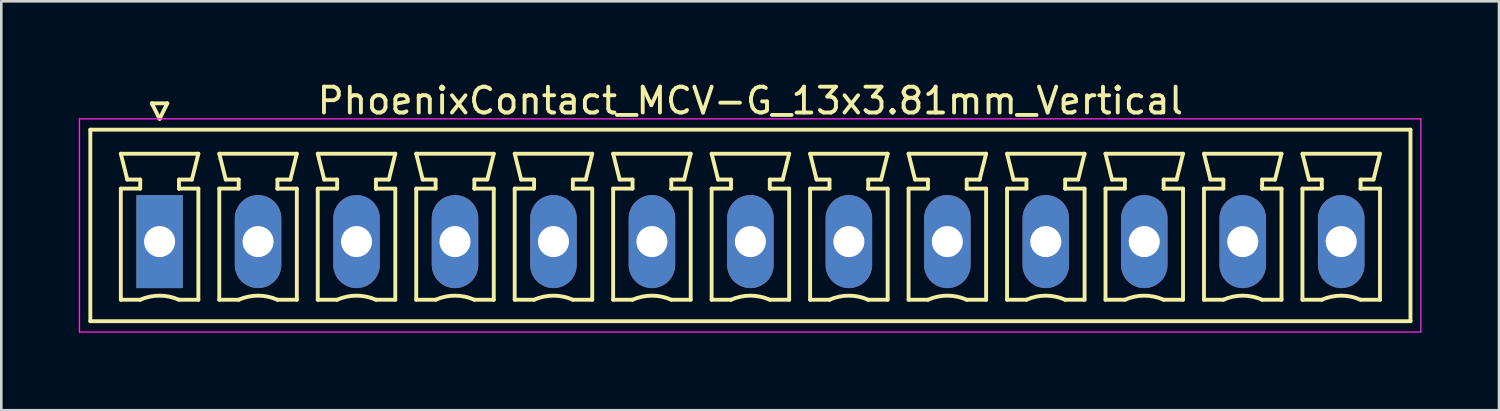
<source format=kicad_pcb>
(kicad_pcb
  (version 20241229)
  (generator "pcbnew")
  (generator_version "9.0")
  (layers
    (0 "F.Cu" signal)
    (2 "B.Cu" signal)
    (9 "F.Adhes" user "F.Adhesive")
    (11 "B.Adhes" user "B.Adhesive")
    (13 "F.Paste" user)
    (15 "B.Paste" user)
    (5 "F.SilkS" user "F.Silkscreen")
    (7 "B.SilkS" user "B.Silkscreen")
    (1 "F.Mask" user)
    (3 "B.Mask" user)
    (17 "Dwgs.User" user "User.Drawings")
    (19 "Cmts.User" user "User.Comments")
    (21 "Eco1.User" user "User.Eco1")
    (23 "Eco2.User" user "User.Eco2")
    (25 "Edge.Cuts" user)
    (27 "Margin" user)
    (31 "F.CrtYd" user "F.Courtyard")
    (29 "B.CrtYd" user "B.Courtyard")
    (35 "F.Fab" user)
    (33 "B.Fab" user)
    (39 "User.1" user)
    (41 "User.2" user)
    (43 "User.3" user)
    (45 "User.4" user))
  (footprint "PhoenixContact_MCV-G_13x3.81mm_Vertical"
    (layer "F.Cu")
    (at 3.125 6.298)
    (property "Reference" "PhoenixContact_MCV-G_13x3.81mm_Vertical" (at 22.86 -5.45 0) (layer "F.SilkS") (effects (font (size 1 1) (thickness 0.15))))
    (attr through_hole)
    (fp_line (start -2.68 -4.33) (end -2.68 3.08) (stroke (width 0.15) (type solid)) (layer "F.SilkS"))
    (fp_line (start -2.68 3.08) (end 48.4 3.08) (stroke (width 0.15) (type solid)) (layer "F.SilkS"))
    (fp_line (start -1.5 -3.4) (end 1.5 -3.4) (stroke (width 0.15) (type solid)) (layer "F.SilkS"))
    (fp_line (start -1.5 -2.05) (end -0.75 -2.05) (stroke (width 0.15) (type solid)) (layer "F.SilkS"))
    (fp_line (start -1.5 2.25) (end -1.5 -2.05) (stroke (width 0.15) (type solid)) (layer "F.SilkS"))
    (fp_line (start -1.25 -2.4) (end -1.5 -3.4) (stroke (width 0.15) (type solid)) (layer "F.SilkS"))
    (fp_line (start -0.75 -2.4) (end -1.25 -2.4) (stroke (width 0.15) (type solid)) (layer "F.SilkS"))
    (fp_line (start -0.75 -2.05) (end -0.75 -2.4) (stroke (width 0.15) (type solid)) (layer "F.SilkS"))
    (fp_line (start -0.75 2.25) (end -1.5 2.25) (stroke (width 0.15) (type solid)) (layer "F.SilkS"))
    (fp_line (start -0.3 -5.35) (end 0 -4.75) (stroke (width 0.15) (type solid)) (layer "F.SilkS"))
    (fp_line (start 0 -4.75) (end 0.3 -5.35) (stroke (width 0.15) (type solid)) (layer "F.SilkS"))
    (fp_line (start 0.3 -5.35) (end -0.3 -5.35) (stroke (width 0.15) (type solid)) (layer "F.SilkS"))
    (fp_line (start 0.75 -2.4) (end 0.75 -2.05) (stroke (width 0.15) (type solid)) (layer "F.SilkS"))
    (fp_line (start 0.75 -2.05) (end 0.75 -2.05) (stroke (width 0.15) (type solid)) (layer "F.SilkS"))
    (fp_line (start 0.75 -2.05) (end 1.5 -2.05) (stroke (width 0.15) (type solid)) (layer "F.SilkS"))
    (fp_line (start 1.25 -2.4) (end 0.75 -2.4) (stroke (width 0.15) (type solid)) (layer "F.SilkS"))
    (fp_line (start 1.5 -3.4) (end 1.25 -2.4) (stroke (width 0.15) (type solid)) (layer "F.SilkS"))
    (fp_line (start 1.5 -2.05) (end 1.5 2.25) (stroke (width 0.15) (type solid)) (layer "F.SilkS"))
    (fp_line (start 1.5 2.25) (end 0.75 2.25) (stroke (width 0.15) (type solid)) (layer "F.SilkS"))
    (fp_line (start 2.31 -3.4) (end 5.31 -3.4) (stroke (width 0.15) (type solid)) (layer "F.SilkS"))
    (fp_line (start 2.31 -2.05) (end 3.06 -2.05) (stroke (width 0.15) (type solid)) (layer "F.SilkS"))
    (fp_line (start 2.31 2.25) (end 2.31 -2.05) (stroke (width 0.15) (type solid)) (layer "F.SilkS"))
    (fp_line (start 2.56 -2.4) (end 2.31 -3.4) (stroke (width 0.15) (type solid)) (layer "F.SilkS"))
    (fp_line (start 3.06 -2.4) (end 2.56 -2.4) (stroke (width 0.15) (type solid)) (layer "F.SilkS"))
    (fp_line (start 3.06 -2.05) (end 3.06 -2.4) (stroke (width 0.15) (type solid)) (layer "F.SilkS"))
    (fp_line (start 3.06 2.25) (end 2.31 2.25) (stroke (width 0.15) (type solid)) (layer "F.SilkS"))
    (fp_line (start 4.56 -2.4) (end 4.56 -2.05) (stroke (width 0.15) (type solid)) (layer "F.SilkS"))
    (fp_line (start 4.56 -2.05) (end 4.56 -2.05) (stroke (width 0.15) (type solid)) (layer "F.SilkS"))
    (fp_line (start 4.56 -2.05) (end 5.31 -2.05) (stroke (width 0.15) (type solid)) (layer "F.SilkS"))
    (fp_line (start 5.06 -2.4) (end 4.56 -2.4) (stroke (width 0.15) (type solid)) (layer "F.SilkS"))
    (fp_line (start 5.31 -3.4) (end 5.06 -2.4) (stroke (width 0.15) (type solid)) (layer "F.SilkS"))
    (fp_line (start 5.31 -2.05) (end 5.31 2.25) (stroke (width 0.15) (type solid)) (layer "F.SilkS"))
    (fp_line (start 5.31 2.25) (end 4.56 2.25) (stroke (width 0.15) (type solid)) (layer "F.SilkS"))
    (fp_line (start 6.12 -3.4) (end 9.12 -3.4) (stroke (width 0.15) (type solid)) (layer "F.SilkS"))
    (fp_line (start 6.12 -2.05) (end 6.87 -2.05) (stroke (width 0.15) (type solid)) (layer "F.SilkS"))
    (fp_line (start 6.12 2.25) (end 6.12 -2.05) (stroke (width 0.15) (type solid)) (layer "F.SilkS"))
    (fp_line (start 6.37 -2.4) (end 6.12 -3.4) (stroke (width 0.15) (type solid)) (layer "F.SilkS"))
    (fp_line (start 6.87 -2.4) (end 6.37 -2.4) (stroke (width 0.15) (type solid)) (layer "F.SilkS"))
    (fp_line (start 6.87 -2.05) (end 6.87 -2.4) (stroke (width 0.15) (type solid)) (layer "F.SilkS"))
    (fp_line (start 6.87 2.25) (end 6.12 2.25) (stroke (width 0.15) (type solid)) (layer "F.SilkS"))
    (fp_line (start 8.37 -2.4) (end 8.37 -2.05) (stroke (width 0.15) (type solid)) (layer "F.SilkS"))
    (fp_line (start 8.37 -2.05) (end 8.37 -2.05) (stroke (width 0.15) (type solid)) (layer "F.SilkS"))
    (fp_line (start 8.37 -2.05) (end 9.12 -2.05) (stroke (width 0.15) (type solid)) (layer "F.SilkS"))
    (fp_line (start 8.87 -2.4) (end 8.37 -2.4) (stroke (width 0.15) (type solid)) (layer "F.SilkS"))
    (fp_line (start 9.12 -3.4) (end 8.87 -2.4) (stroke (width 0.15) (type solid)) (layer "F.SilkS"))
    (fp_line (start 9.12 -2.05) (end 9.12 2.25) (stroke (width 0.15) (type solid)) (layer "F.SilkS"))
    (fp_line (start 9.12 2.25) (end 8.37 2.25) (stroke (width 0.15) (type solid)) (layer "F.SilkS"))
    (fp_line (start 9.93 -3.4) (end 12.93 -3.4) (stroke (width 0.15) (type solid)) (layer "F.SilkS"))
    (fp_line (start 9.93 -2.05) (end 10.68 -2.05) (stroke (width 0.15) (type solid)) (layer "F.SilkS"))
    (fp_line (start 9.93 2.25) (end 9.93 -2.05) (stroke (width 0.15) (type solid)) (layer "F.SilkS"))
    (fp_line (start 10.18 -2.4) (end 9.93 -3.4) (stroke (width 0.15) (type solid)) (layer "F.SilkS"))
    (fp_line (start 10.68 -2.4) (end 10.18 -2.4) (stroke (width 0.15) (type solid)) (layer "F.SilkS"))
    (fp_line (start 10.68 -2.05) (end 10.68 -2.4) (stroke (width 0.15) (type solid)) (layer "F.SilkS"))
    (fp_line (start 10.68 2.25) (end 9.93 2.25) (stroke (width 0.15) (type solid)) (layer "F.SilkS"))
    (fp_line (start 12.18 -2.4) (end 12.18 -2.05) (stroke (width 0.15) (type solid)) (layer "F.SilkS"))
    (fp_line (start 12.18 -2.05) (end 12.18 -2.05) (stroke (width 0.15) (type solid)) (layer "F.SilkS"))
    (fp_line (start 12.18 -2.05) (end 12.93 -2.05) (stroke (width 0.15) (type solid)) (layer "F.SilkS"))
    (fp_line (start 12.68 -2.4) (end 12.18 -2.4) (stroke (width 0.15) (type solid)) (layer "F.SilkS"))
    (fp_line (start 12.93 -3.4) (end 12.68 -2.4) (stroke (width 0.15) (type solid)) (layer "F.SilkS"))
    (fp_line (start 12.93 -2.05) (end 12.93 2.25) (stroke (width 0.15) (type solid)) (layer "F.SilkS"))
    (fp_line (start 12.93 2.25) (end 12.18 2.25) (stroke (width 0.15) (type solid)) (layer "F.SilkS"))
    (fp_line (start 13.74 -3.4) (end 16.74 -3.4) (stroke (width 0.15) (type solid)) (layer "F.SilkS"))
    (fp_line (start 13.74 -2.05) (end 14.49 -2.05) (stroke (width 0.15) (type solid)) (layer "F.SilkS"))
    (fp_line (start 13.74 2.25) (end 13.74 -2.05) (stroke (width 0.15) (type solid)) (layer "F.SilkS"))
    (fp_line (start 13.99 -2.4) (end 13.74 -3.4) (stroke (width 0.15) (type solid)) (layer "F.SilkS"))
    (fp_line (start 14.49 -2.4) (end 13.99 -2.4) (stroke (width 0.15) (type solid)) (layer "F.SilkS"))
    (fp_line (start 14.49 -2.05) (end 14.49 -2.4) (stroke (width 0.15) (type solid)) (layer "F.SilkS"))
    (fp_line (start 14.49 2.25) (end 13.74 2.25) (stroke (width 0.15) (type solid)) (layer "F.SilkS"))
    (fp_line (start 15.99 -2.4) (end 15.99 -2.05) (stroke (width 0.15) (type solid)) (layer "F.SilkS"))
    (fp_line (start 15.99 -2.05) (end 15.99 -2.05) (stroke (width 0.15) (type solid)) (layer "F.SilkS"))
    (fp_line (start 15.99 -2.05) (end 16.74 -2.05) (stroke (width 0.15) (type solid)) (layer "F.SilkS"))
    (fp_line (start 16.49 -2.4) (end 15.99 -2.4) (stroke (width 0.15) (type solid)) (layer "F.SilkS"))
    (fp_line (start 16.74 -3.4) (end 16.49 -2.4) (stroke (width 0.15) (type solid)) (layer "F.SilkS"))
    (fp_line (start 16.74 -2.05) (end 16.74 2.25) (stroke (width 0.15) (type solid)) (layer "F.SilkS"))
    (fp_line (start 16.74 2.25) (end 15.99 2.25) (stroke (width 0.15) (type solid)) (layer "F.SilkS"))
    (fp_line (start 17.55 -3.4) (end 20.55 -3.4) (stroke (width 0.15) (type solid)) (layer "F.SilkS"))
    (fp_line (start 17.55 -2.05) (end 18.3 -2.05) (stroke (width 0.15) (type solid)) (layer "F.SilkS"))
    (fp_line (start 17.55 2.25) (end 17.55 -2.05) (stroke (width 0.15) (type solid)) (layer "F.SilkS"))
    (fp_line (start 17.8 -2.4) (end 17.55 -3.4) (stroke (width 0.15) (type solid)) (layer "F.SilkS"))
    (fp_line (start 18.3 -2.4) (end 17.8 -2.4) (stroke (width 0.15) (type solid)) (layer "F.SilkS"))
    (fp_line (start 18.3 -2.05) (end 18.3 -2.4) (stroke (width 0.15) (type solid)) (layer "F.SilkS"))
    (fp_line (start 18.3 2.25) (end 17.55 2.25) (stroke (width 0.15) (type solid)) (layer "F.SilkS"))
    (fp_line (start 19.8 -2.4) (end 19.8 -2.05) (stroke (width 0.15) (type solid)) (layer "F.SilkS"))
    (fp_line (start 19.8 -2.05) (end 19.8 -2.05) (stroke (width 0.15) (type solid)) (layer "F.SilkS"))
    (fp_line (start 19.8 -2.05) (end 20.55 -2.05) (stroke (width 0.15) (type solid)) (layer "F.SilkS"))
    (fp_line (start 20.3 -2.4) (end 19.8 -2.4) (stroke (width 0.15) (type solid)) (layer "F.SilkS"))
    (fp_line (start 20.55 -3.4) (end 20.3 -2.4) (stroke (width 0.15) (type solid)) (layer "F.SilkS"))
    (fp_line (start 20.55 -2.05) (end 20.55 2.25) (stroke (width 0.15) (type solid)) (layer "F.SilkS"))
    (fp_line (start 20.55 2.25) (end 19.8 2.25) (stroke (width 0.15) (type solid)) (layer "F.SilkS"))
    (fp_line (start 21.36 -3.4) (end 24.36 -3.4) (stroke (width 0.15) (type solid)) (layer "F.SilkS"))
    (fp_line (start 21.36 -2.05) (end 22.11 -2.05) (stroke (width 0.15) (type solid)) (layer "F.SilkS"))
    (fp_line (start 21.36 2.25) (end 21.36 -2.05) (stroke (width 0.15) (type solid)) (layer "F.SilkS"))
    (fp_line (start 21.61 -2.4) (end 21.36 -3.4) (stroke (width 0.15) (type solid)) (layer "F.SilkS"))
    (fp_line (start 22.11 -2.4) (end 21.61 -2.4) (stroke (width 0.15) (type solid)) (layer "F.SilkS"))
    (fp_line (start 22.11 -2.05) (end 22.11 -2.4) (stroke (width 0.15) (type solid)) (layer "F.SilkS"))
    (fp_line (start 22.11 2.25) (end 21.36 2.25) (stroke (width 0.15) (type solid)) (layer "F.SilkS"))
    (fp_line (start 23.61 -2.4) (end 23.61 -2.05) (stroke (width 0.15) (type solid)) (layer "F.SilkS"))
    (fp_line (start 23.61 -2.05) (end 23.61 -2.05) (stroke (width 0.15) (type solid)) (layer "F.SilkS"))
    (fp_line (start 23.61 -2.05) (end 24.36 -2.05) (stroke (width 0.15) (type solid)) (layer "F.SilkS"))
    (fp_line (start 24.11 -2.4) (end 23.61 -2.4) (stroke (width 0.15) (type solid)) (layer "F.SilkS"))
    (fp_line (start 24.36 -3.4) (end 24.11 -2.4) (stroke (width 0.15) (type solid)) (layer "F.SilkS"))
    (fp_line (start 24.36 -2.05) (end 24.36 2.25) (stroke (width 0.15) (type solid)) (layer "F.SilkS"))
    (fp_line (start 24.36 2.25) (end 23.61 2.25) (stroke (width 0.15) (type solid)) (layer "F.SilkS"))
    (fp_line (start 25.17 -3.4) (end 28.17 -3.4) (stroke (width 0.15) (type solid)) (layer "F.SilkS"))
    (fp_line (start 25.17 -2.05) (end 25.92 -2.05) (stroke (width 0.15) (type solid)) (layer "F.SilkS"))
    (fp_line (start 25.17 2.25) (end 25.17 -2.05) (stroke (width 0.15) (type solid)) (layer "F.SilkS"))
    (fp_line (start 25.42 -2.4) (end 25.17 -3.4) (stroke (width 0.15) (type solid)) (layer "F.SilkS"))
    (fp_line (start 25.92 -2.4) (end 25.42 -2.4) (stroke (width 0.15) (type solid)) (layer "F.SilkS"))
    (fp_line (start 25.92 -2.05) (end 25.92 -2.4) (stroke (width 0.15) (type solid)) (layer "F.SilkS"))
    (fp_line (start 25.92 2.25) (end 25.17 2.25) (stroke (width 0.15) (type solid)) (layer "F.SilkS"))
    (fp_line (start 27.42 -2.4) (end 27.42 -2.05) (stroke (width 0.15) (type solid)) (layer "F.SilkS"))
    (fp_line (start 27.42 -2.05) (end 27.42 -2.05) (stroke (width 0.15) (type solid)) (layer "F.SilkS"))
    (fp_line (start 27.42 -2.05) (end 28.17 -2.05) (stroke (width 0.15) (type solid)) (layer "F.SilkS"))
    (fp_line (start 27.92 -2.4) (end 27.42 -2.4) (stroke (width 0.15) (type solid)) (layer "F.SilkS"))
    (fp_line (start 28.17 -3.4) (end 27.92 -2.4) (stroke (width 0.15) (type solid)) (layer "F.SilkS"))
    (fp_line (start 28.17 -2.05) (end 28.17 2.25) (stroke (width 0.15) (type solid)) (layer "F.SilkS"))
    (fp_line (start 28.17 2.25) (end 27.42 2.25) (stroke (width 0.15) (type solid)) (layer "F.SilkS"))
    (fp_line (start 28.98 -3.4) (end 31.98 -3.4) (stroke (width 0.15) (type solid)) (layer "F.SilkS"))
    (fp_line (start 28.98 -2.05) (end 29.73 -2.05) (stroke (width 0.15) (type solid)) (layer "F.SilkS"))
    (fp_line (start 28.98 2.25) (end 28.98 -2.05) (stroke (width 0.15) (type solid)) (layer "F.SilkS"))
    (fp_line (start 29.23 -2.4) (end 28.98 -3.4) (stroke (width 0.15) (type solid)) (layer "F.SilkS"))
    (fp_line (start 29.73 -2.4) (end 29.23 -2.4) (stroke (width 0.15) (type solid)) (layer "F.SilkS"))
    (fp_line (start 29.73 -2.05) (end 29.73 -2.4) (stroke (width 0.15) (type solid)) (layer "F.SilkS"))
    (fp_line (start 29.73 2.25) (end 28.98 2.25) (stroke (width 0.15) (type solid)) (layer "F.SilkS"))
    (fp_line (start 31.23 -2.4) (end 31.23 -2.05) (stroke (width 0.15) (type solid)) (layer "F.SilkS"))
    (fp_line (start 31.23 -2.05) (end 31.23 -2.05) (stroke (width 0.15) (type solid)) (layer "F.SilkS"))
    (fp_line (start 31.23 -2.05) (end 31.98 -2.05) (stroke (width 0.15) (type solid)) (layer "F.SilkS"))
    (fp_line (start 31.73 -2.4) (end 31.23 -2.4) (stroke (width 0.15) (type solid)) (layer "F.SilkS"))
    (fp_line (start 31.98 -3.4) (end 31.73 -2.4) (stroke (width 0.15) (type solid)) (layer "F.SilkS"))
    (fp_line (start 31.98 -2.05) (end 31.98 2.25) (stroke (width 0.15) (type solid)) (layer "F.SilkS"))
    (fp_line (start 31.98 2.25) (end 31.23 2.25) (stroke (width 0.15) (type solid)) (layer "F.SilkS"))
    (fp_line (start 32.79 -3.4) (end 35.79 -3.4) (stroke (width 0.15) (type solid)) (layer "F.SilkS"))
    (fp_line (start 32.79 -2.05) (end 33.54 -2.05) (stroke (width 0.15) (type solid)) (layer "F.SilkS"))
    (fp_line (start 32.79 2.25) (end 32.79 -2.05) (stroke (width 0.15) (type solid)) (layer "F.SilkS"))
    (fp_line (start 33.04 -2.4) (end 32.79 -3.4) (stroke (width 0.15) (type solid)) (layer "F.SilkS"))
    (fp_line (start 33.54 -2.4) (end 33.04 -2.4) (stroke (width 0.15) (type solid)) (layer "F.SilkS"))
    (fp_line (start 33.54 -2.05) (end 33.54 -2.4) (stroke (width 0.15) (type solid)) (layer "F.SilkS"))
    (fp_line (start 33.54 2.25) (end 32.79 2.25) (stroke (width 0.15) (type solid)) (layer "F.SilkS"))
    (fp_line (start 35.04 -2.4) (end 35.04 -2.05) (stroke (width 0.15) (type solid)) (layer "F.SilkS"))
    (fp_line (start 35.04 -2.05) (end 35.04 -2.05) (stroke (width 0.15) (type solid)) (layer "F.SilkS"))
    (fp_line (start 35.04 -2.05) (end 35.79 -2.05) (stroke (width 0.15) (type solid)) (layer "F.SilkS"))
    (fp_line (start 35.54 -2.4) (end 35.04 -2.4) (stroke (width 0.15) (type solid)) (layer "F.SilkS"))
    (fp_line (start 35.79 -3.4) (end 35.54 -2.4) (stroke (width 0.15) (type solid)) (layer "F.SilkS"))
    (fp_line (start 35.79 -2.05) (end 35.79 2.25) (stroke (width 0.15) (type solid)) (layer "F.SilkS"))
    (fp_line (start 35.79 2.25) (end 35.04 2.25) (stroke (width 0.15) (type solid)) (layer "F.SilkS"))
    (fp_line (start 36.6 -3.4) (end 39.6 -3.4) (stroke (width 0.15) (type solid)) (layer "F.SilkS"))
    (fp_line (start 36.6 -2.05) (end 37.35 -2.05) (stroke (width 0.15) (type solid)) (layer "F.SilkS"))
    (fp_line (start 36.6 2.25) (end 36.6 -2.05) (stroke (width 0.15) (type solid)) (layer "F.SilkS"))
    (fp_line (start 36.85 -2.4) (end 36.6 -3.4) (stroke (width 0.15) (type solid)) (layer "F.SilkS"))
    (fp_line (start 37.35 -2.4) (end 36.85 -2.4) (stroke (width 0.15) (type solid)) (layer "F.SilkS"))
    (fp_line (start 37.35 -2.05) (end 37.35 -2.4) (stroke (width 0.15) (type solid)) (layer "F.SilkS"))
    (fp_line (start 37.35 2.25) (end 36.6 2.25) (stroke (width 0.15) (type solid)) (layer "F.SilkS"))
    (fp_line (start 38.85 -2.4) (end 38.85 -2.05) (stroke (width 0.15) (type solid)) (layer "F.SilkS"))
    (fp_line (start 38.85 -2.05) (end 38.85 -2.05) (stroke (width 0.15) (type solid)) (layer "F.SilkS"))
    (fp_line (start 38.85 -2.05) (end 39.6 -2.05) (stroke (width 0.15) (type solid)) (layer "F.SilkS"))
    (fp_line (start 39.35 -2.4) (end 38.85 -2.4) (stroke (width 0.15) (type solid)) (layer "F.SilkS"))
    (fp_line (start 39.6 -3.4) (end 39.35 -2.4) (stroke (width 0.15) (type solid)) (layer "F.SilkS"))
    (fp_line (start 39.6 -2.05) (end 39.6 2.25) (stroke (width 0.15) (type solid)) (layer "F.SilkS"))
    (fp_line (start 39.6 2.25) (end 38.85 2.25) (stroke (width 0.15) (type solid)) (layer "F.SilkS"))
    (fp_line (start 40.41 -3.4) (end 43.41 -3.4) (stroke (width 0.15) (type solid)) (layer "F.SilkS"))
    (fp_line (start 40.41 -2.05) (end 41.16 -2.05) (stroke (width 0.15) (type solid)) (layer "F.SilkS"))
    (fp_line (start 40.41 2.25) (end 40.41 -2.05) (stroke (width 0.15) (type solid)) (layer "F.SilkS"))
    (fp_line (start 40.66 -2.4) (end 40.41 -3.4) (stroke (width 0.15) (type solid)) (layer "F.SilkS"))
    (fp_line (start 41.16 -2.4) (end 40.66 -2.4) (stroke (width 0.15) (type solid)) (layer "F.SilkS"))
    (fp_line (start 41.16 -2.05) (end 41.16 -2.4) (stroke (width 0.15) (type solid)) (layer "F.SilkS"))
    (fp_line (start 41.16 2.25) (end 40.41 2.25) (stroke (width 0.15) (type solid)) (layer "F.SilkS"))
    (fp_line (start 42.66 -2.4) (end 42.66 -2.05) (stroke (width 0.15) (type solid)) (layer "F.SilkS"))
    (fp_line (start 42.66 -2.05) (end 42.66 -2.05) (stroke (width 0.15) (type solid)) (layer "F.SilkS"))
    (fp_line (start 42.66 -2.05) (end 43.41 -2.05) (stroke (width 0.15) (type solid)) (layer "F.SilkS"))
    (fp_line (start 43.16 -2.4) (end 42.66 -2.4) (stroke (width 0.15) (type solid)) (layer "F.SilkS"))
    (fp_line (start 43.41 -3.4) (end 43.16 -2.4) (stroke (width 0.15) (type solid)) (layer "F.SilkS"))
    (fp_line (start 43.41 -2.05) (end 43.41 2.25) (stroke (width 0.15) (type solid)) (layer "F.SilkS"))
    (fp_line (start 43.41 2.25) (end 42.66 2.25) (stroke (width 0.15) (type solid)) (layer "F.SilkS"))
    (fp_line (start 44.22 -3.4) (end 47.22 -3.4) (stroke (width 0.15) (type solid)) (layer "F.SilkS"))
    (fp_line (start 44.22 -2.05) (end 44.97 -2.05) (stroke (width 0.15) (type solid)) (layer "F.SilkS"))
    (fp_line (start 44.22 2.25) (end 44.22 -2.05) (stroke (width 0.15) (type solid)) (layer "F.SilkS"))
    (fp_line (start 44.47 -2.4) (end 44.22 -3.4) (stroke (width 0.15) (type solid)) (layer "F.SilkS"))
    (fp_line (start 44.97 -2.4) (end 44.47 -2.4) (stroke (width 0.15) (type solid)) (layer "F.SilkS"))
    (fp_line (start 44.97 -2.05) (end 44.97 -2.4) (stroke (width 0.15) (type solid)) (layer "F.SilkS"))
    (fp_line (start 44.97 2.25) (end 44.22 2.25) (stroke (width 0.15) (type solid)) (layer "F.SilkS"))
    (fp_line (start 46.47 -2.4) (end 46.47 -2.05) (stroke (width 0.15) (type solid)) (layer "F.SilkS"))
    (fp_line (start 46.47 -2.05) (end 46.47 -2.05) (stroke (width 0.15) (type solid)) (layer "F.SilkS"))
    (fp_line (start 46.47 -2.05) (end 47.22 -2.05) (stroke (width 0.15) (type solid)) (layer "F.SilkS"))
    (fp_line (start 46.97 -2.4) (end 46.47 -2.4) (stroke (width 0.15) (type solid)) (layer "F.SilkS"))
    (fp_line (start 47.22 -3.4) (end 46.97 -2.4) (stroke (width 0.15) (type solid)) (layer "F.SilkS"))
    (fp_line (start 47.22 -2.05) (end 47.22 2.25) (stroke (width 0.15) (type solid)) (layer "F.SilkS"))
    (fp_line (start 47.22 2.25) (end 46.47 2.25) (stroke (width 0.15) (type solid)) (layer "F.SilkS"))
    (fp_line (start 48.4 -4.33) (end -2.68 -4.33) (stroke (width 0.15) (type solid)) (layer "F.SilkS"))
    (fp_line (start 48.4 3.08) (end 48.4 -4.33) (stroke (width 0.15) (type solid)) (layer "F.SilkS"))
    (fp_arc (start -0.75 2.25) (mid -0.000193 2.09191) (end 0.749647 2.249844) (stroke (width 0.15) (type solid)) (layer "F.SilkS"))
    (fp_arc (start 3.06 2.25) (mid 3.809807 2.09191) (end 4.559647 2.249844) (stroke (width 0.15) (type solid)) (layer "F.SilkS"))
    (fp_arc (start 6.87 2.25) (mid 7.619807 2.09191) (end 8.369647 2.249844) (stroke (width 0.15) (type solid)) (layer "F.SilkS"))
    (fp_arc (start 10.68 2.25) (mid 11.429807 2.09191) (end 12.179647 2.249844) (stroke (width 0.15) (type solid)) (layer "F.SilkS"))
    (fp_arc (start 14.49 2.25) (mid 15.239807 2.09191) (end 15.989647 2.249844) (stroke (width 0.15) (type solid)) (layer "F.SilkS"))
    (fp_arc (start 18.3 2.25) (mid 19.049807 2.09191) (end 19.799647 2.249844) (stroke (width 0.15) (type solid)) (layer "F.SilkS"))
    (fp_arc (start 22.11 2.25) (mid 22.859807 2.09191) (end 23.609647 2.249844) (stroke (width 0.15) (type solid)) (layer "F.SilkS"))
    (fp_arc (start 25.92 2.25) (mid 26.669807 2.09191) (end 27.419647 2.249844) (stroke (width 0.15) (type solid)) (layer "F.SilkS"))
    (fp_arc (start 29.73 2.25) (mid 30.479807 2.09191) (end 31.229647 2.249844) (stroke (width 0.15) (type solid)) (layer "F.SilkS"))
    (fp_arc (start 33.54 2.25) (mid 34.289807 2.09191) (end 35.039647 2.249844) (stroke (width 0.15) (type solid)) (layer "F.SilkS"))
    (fp_arc (start 37.35 2.25) (mid 38.099807 2.09191) (end 38.849647 2.249844) (stroke (width 0.15) (type solid)) (layer "F.SilkS"))
    (fp_arc (start 41.16 2.25) (mid 41.909807 2.09191) (end 42.659647 2.249844) (stroke (width 0.15) (type solid)) (layer "F.SilkS"))
    (fp_arc (start 44.97 2.25) (mid 45.719807 2.09191) (end 46.469647 2.249844) (stroke (width 0.15) (type solid)) (layer "F.SilkS"))
    (fp_line (start -3.1 -4.75) (end -3.1 3.5) (stroke (width 0.05) (type solid)) (layer "F.CrtYd"))
    (fp_line (start -3.1 3.5) (end 48.8 3.5) (stroke (width 0.05) (type solid)) (layer "F.CrtYd"))
    (fp_line (start 48.8 -4.75) (end -3.1 -4.75) (stroke (width 0.05) (type solid)) (layer "F.CrtYd"))
    (fp_line (start 48.8 3.5) (end 48.8 -4.75) (stroke (width 0.05) (type solid)) (layer "F.CrtYd"))
    (pad "1" thru_hole rect (at 0 0) (size 1.8 3.6) (drill 1.2) (layers "*.Cu" "*.Mask"))
    (pad "2" thru_hole oval (at 3.81 0) (size 1.8 3.6) (drill 1.2) (layers "*.Cu" "*.Mask"))
    (pad "3" thru_hole oval (at 7.62 0) (size 1.8 3.6) (drill 1.2) (layers "*.Cu" "*.Mask"))
    (pad "4" thru_hole oval (at 11.43 0) (size 1.8 3.6) (drill 1.2) (layers "*.Cu" "*.Mask"))
    (pad "5" thru_hole oval (at 15.24 0) (size 1.8 3.6) (drill 1.2) (layers "*.Cu" "*.Mask"))
    (pad "6" thru_hole oval (at 19.05 0) (size 1.8 3.6) (drill 1.2) (layers "*.Cu" "*.Mask"))
    (pad "7" thru_hole oval (at 22.86 0) (size 1.8 3.6) (drill 1.2) (layers "*.Cu" "*.Mask"))
    (pad "8" thru_hole oval (at 26.67 0) (size 1.8 3.6) (drill 1.2) (layers "*.Cu" "*.Mask"))
    (pad "9" thru_hole oval (at 30.48 0) (size 1.8 3.6) (drill 1.2) (layers "*.Cu" "*.Mask"))
    (pad "10" thru_hole oval (at 34.29 0) (size 1.8 3.6) (drill 1.2) (layers "*.Cu" "*.Mask"))
    (pad "11" thru_hole oval (at 38.1 0) (size 1.8 3.6) (drill 1.2) (layers "*.Cu" "*.Mask"))
    (pad "12" thru_hole oval (at 41.91 0) (size 1.8 3.6) (drill 1.2) (layers "*.Cu" "*.Mask"))
    (pad "13" thru_hole oval (at 45.72 0) (size 1.8 3.6) (drill 1.2) (layers "*.Cu" "*.Mask")))
  (gr_rect
    (start -3 -3)
    (end 54.95 12.823)
    (stroke (width 0.1) (type default))
    (fill no)
    (layer "Edge.Cuts")))
</source>
